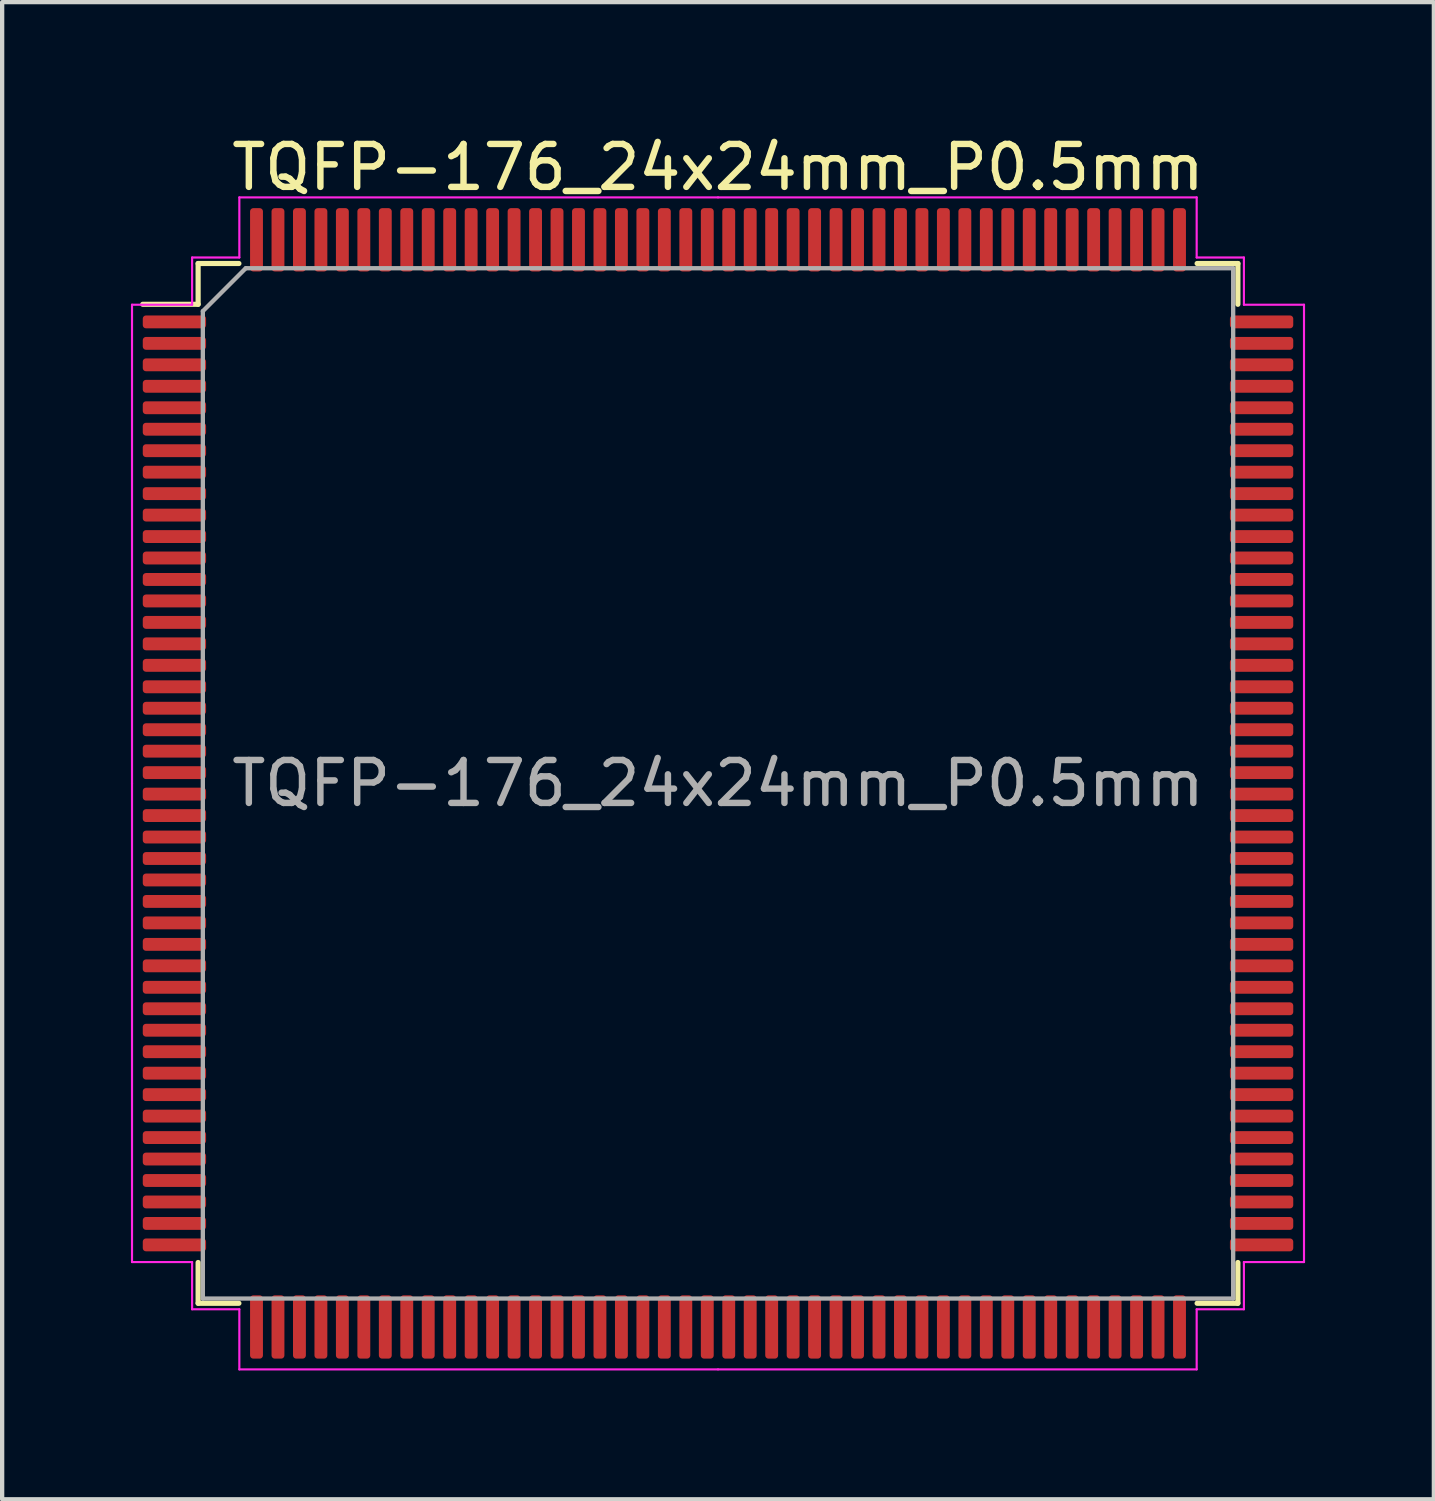
<source format=kicad_pcb>
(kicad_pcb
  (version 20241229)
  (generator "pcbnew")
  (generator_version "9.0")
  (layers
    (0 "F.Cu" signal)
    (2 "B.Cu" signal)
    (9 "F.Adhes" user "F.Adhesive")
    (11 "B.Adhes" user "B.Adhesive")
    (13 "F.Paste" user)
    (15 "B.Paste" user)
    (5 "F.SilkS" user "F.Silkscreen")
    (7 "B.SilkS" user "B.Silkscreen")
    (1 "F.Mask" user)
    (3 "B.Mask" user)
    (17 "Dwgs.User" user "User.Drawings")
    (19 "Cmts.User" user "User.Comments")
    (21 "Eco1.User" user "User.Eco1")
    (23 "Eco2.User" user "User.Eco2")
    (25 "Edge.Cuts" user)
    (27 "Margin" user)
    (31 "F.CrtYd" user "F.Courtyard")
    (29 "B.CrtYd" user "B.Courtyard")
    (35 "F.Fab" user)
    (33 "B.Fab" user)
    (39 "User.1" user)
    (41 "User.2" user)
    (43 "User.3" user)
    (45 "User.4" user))
  (footprint "TQFP-176_24x24mm_P0.5mm"
    (layer "F.Cu")
    (at 13.675 15.198)
    (property "Reference" "TQFP-176_24x24mm_P0.5mm" (at 0 -14.35 0) (layer "F.SilkS") (effects (font (size 1 1) (thickness 0.15))))
    (attr smd)
    (fp_line (start -12.11 -12.11) (end -12.11 -11.16) (stroke (width 0.12) (type solid)) (layer "F.SilkS"))
    (fp_line (start -12.11 -11.16) (end -13.4 -11.16) (stroke (width 0.12) (type solid)) (layer "F.SilkS"))
    (fp_line (start -12.11 12.11) (end -12.11 11.16) (stroke (width 0.12) (type solid)) (layer "F.SilkS"))
    (fp_line (start -11.16 -12.11) (end -12.11 -12.11) (stroke (width 0.12) (type solid)) (layer "F.SilkS"))
    (fp_line (start -11.16 12.11) (end -12.11 12.11) (stroke (width 0.12) (type solid)) (layer "F.SilkS"))
    (fp_line (start 11.16 -12.11) (end 12.11 -12.11) (stroke (width 0.12) (type solid)) (layer "F.SilkS"))
    (fp_line (start 11.16 12.11) (end 12.11 12.11) (stroke (width 0.12) (type solid)) (layer "F.SilkS"))
    (fp_line (start 12.11 -12.11) (end 12.11 -11.16) (stroke (width 0.12) (type solid)) (layer "F.SilkS"))
    (fp_line (start 12.11 12.11) (end 12.11 11.16) (stroke (width 0.12) (type solid)) (layer "F.SilkS"))
    (fp_line (start -13.65 -11.15) (end -13.65 0) (stroke (width 0.05) (type solid)) (layer "F.CrtYd"))
    (fp_line (start -13.65 11.15) (end -13.65 0) (stroke (width 0.05) (type solid)) (layer "F.CrtYd"))
    (fp_line (start -12.25 -12.25) (end -12.25 -11.15) (stroke (width 0.05) (type solid)) (layer "F.CrtYd"))
    (fp_line (start -12.25 -11.15) (end -13.65 -11.15) (stroke (width 0.05) (type solid)) (layer "F.CrtYd"))
    (fp_line (start -12.25 11.15) (end -13.65 11.15) (stroke (width 0.05) (type solid)) (layer "F.CrtYd"))
    (fp_line (start -12.25 12.25) (end -12.25 11.15) (stroke (width 0.05) (type solid)) (layer "F.CrtYd"))
    (fp_line (start -11.15 -13.65) (end -11.15 -12.25) (stroke (width 0.05) (type solid)) (layer "F.CrtYd"))
    (fp_line (start -11.15 -12.25) (end -12.25 -12.25) (stroke (width 0.05) (type solid)) (layer "F.CrtYd"))
    (fp_line (start -11.15 12.25) (end -12.25 12.25) (stroke (width 0.05) (type solid)) (layer "F.CrtYd"))
    (fp_line (start -11.15 13.65) (end -11.15 12.25) (stroke (width 0.05) (type solid)) (layer "F.CrtYd"))
    (fp_line (start 0 -13.65) (end -11.15 -13.65) (stroke (width 0.05) (type solid)) (layer "F.CrtYd"))
    (fp_line (start 0 -13.65) (end 11.15 -13.65) (stroke (width 0.05) (type solid)) (layer "F.CrtYd"))
    (fp_line (start 0 13.65) (end -11.15 13.65) (stroke (width 0.05) (type solid)) (layer "F.CrtYd"))
    (fp_line (start 0 13.65) (end 11.15 13.65) (stroke (width 0.05) (type solid)) (layer "F.CrtYd"))
    (fp_line (start 11.15 -13.65) (end 11.15 -12.25) (stroke (width 0.05) (type solid)) (layer "F.CrtYd"))
    (fp_line (start 11.15 -12.25) (end 12.25 -12.25) (stroke (width 0.05) (type solid)) (layer "F.CrtYd"))
    (fp_line (start 11.15 12.25) (end 12.25 12.25) (stroke (width 0.05) (type solid)) (layer "F.CrtYd"))
    (fp_line (start 11.15 13.65) (end 11.15 12.25) (stroke (width 0.05) (type solid)) (layer "F.CrtYd"))
    (fp_line (start 12.25 -12.25) (end 12.25 -11.15) (stroke (width 0.05) (type solid)) (layer "F.CrtYd"))
    (fp_line (start 12.25 -11.15) (end 13.65 -11.15) (stroke (width 0.05) (type solid)) (layer "F.CrtYd"))
    (fp_line (start 12.25 11.15) (end 13.65 11.15) (stroke (width 0.05) (type solid)) (layer "F.CrtYd"))
    (fp_line (start 12.25 12.25) (end 12.25 11.15) (stroke (width 0.05) (type solid)) (layer "F.CrtYd"))
    (fp_line (start 13.65 -11.15) (end 13.65 0) (stroke (width 0.05) (type solid)) (layer "F.CrtYd"))
    (fp_line (start 13.65 11.15) (end 13.65 0) (stroke (width 0.05) (type solid)) (layer "F.CrtYd"))
    (fp_line (start -12 -11) (end -11 -12) (stroke (width 0.1) (type solid)) (layer "F.Fab"))
    (fp_line (start -12 12) (end -12 -11) (stroke (width 0.1) (type solid)) (layer "F.Fab"))
    (fp_line (start -11 -12) (end 12 -12) (stroke (width 0.1) (type solid)) (layer "F.Fab"))
    (fp_line (start 12 -12) (end 12 12) (stroke (width 0.1) (type solid)) (layer "F.Fab"))
    (fp_line (start 12 12) (end -12 12) (stroke (width 0.1) (type solid)) (layer "F.Fab"))
    (fp_text user "${REFERENCE}" (at 0 0 0) (layer "F.Fab") (effects (font (size 1 1) (thickness 0.15))))
    (pad "1" smd roundrect (at -12.662 -10.75) (size 1.475 0.3) (layers "F.Cu" "F.Mask" "F.Paste") (roundrect_rratio 0.25))
    (pad "2" smd roundrect (at -12.662 -10.25) (size 1.475 0.3) (layers "F.Cu" "F.Mask" "F.Paste") (roundrect_rratio 0.25))
    (pad "3" smd roundrect (at -12.662 -9.75) (size 1.475 0.3) (layers "F.Cu" "F.Mask" "F.Paste") (roundrect_rratio 0.25))
    (pad "4" smd roundrect (at -12.662 -9.25) (size 1.475 0.3) (layers "F.Cu" "F.Mask" "F.Paste") (roundrect_rratio 0.25))
    (pad "5" smd roundrect (at -12.662 -8.75) (size 1.475 0.3) (layers "F.Cu" "F.Mask" "F.Paste") (roundrect_rratio 0.25))
    (pad "6" smd roundrect (at -12.662 -8.25) (size 1.475 0.3) (layers "F.Cu" "F.Mask" "F.Paste") (roundrect_rratio 0.25))
    (pad "7" smd roundrect (at -12.662 -7.75) (size 1.475 0.3) (layers "F.Cu" "F.Mask" "F.Paste") (roundrect_rratio 0.25))
    (pad "8" smd roundrect (at -12.662 -7.25) (size 1.475 0.3) (layers "F.Cu" "F.Mask" "F.Paste") (roundrect_rratio 0.25))
    (pad "9" smd roundrect (at -12.662 -6.75) (size 1.475 0.3) (layers "F.Cu" "F.Mask" "F.Paste") (roundrect_rratio 0.25))
    (pad "10" smd roundrect (at -12.662 -6.25) (size 1.475 0.3) (layers "F.Cu" "F.Mask" "F.Paste") (roundrect_rratio 0.25))
    (pad "11" smd roundrect (at -12.662 -5.75) (size 1.475 0.3) (layers "F.Cu" "F.Mask" "F.Paste") (roundrect_rratio 0.25))
    (pad "12" smd roundrect (at -12.662 -5.25) (size 1.475 0.3) (layers "F.Cu" "F.Mask" "F.Paste") (roundrect_rratio 0.25))
    (pad "13" smd roundrect (at -12.662 -4.75) (size 1.475 0.3) (layers "F.Cu" "F.Mask" "F.Paste") (roundrect_rratio 0.25))
    (pad "14" smd roundrect (at -12.662 -4.25) (size 1.475 0.3) (layers "F.Cu" "F.Mask" "F.Paste") (roundrect_rratio 0.25))
    (pad "15" smd roundrect (at -12.662 -3.75) (size 1.475 0.3) (layers "F.Cu" "F.Mask" "F.Paste") (roundrect_rratio 0.25))
    (pad "16" smd roundrect (at -12.662 -3.25) (size 1.475 0.3) (layers "F.Cu" "F.Mask" "F.Paste") (roundrect_rratio 0.25))
    (pad "17" smd roundrect (at -12.662 -2.75) (size 1.475 0.3) (layers "F.Cu" "F.Mask" "F.Paste") (roundrect_rratio 0.25))
    (pad "18" smd roundrect (at -12.662 -2.25) (size 1.475 0.3) (layers "F.Cu" "F.Mask" "F.Paste") (roundrect_rratio 0.25))
    (pad "19" smd roundrect (at -12.662 -1.75) (size 1.475 0.3) (layers "F.Cu" "F.Mask" "F.Paste") (roundrect_rratio 0.25))
    (pad "20" smd roundrect (at -12.662 -1.25) (size 1.475 0.3) (layers "F.Cu" "F.Mask" "F.Paste") (roundrect_rratio 0.25))
    (pad "21" smd roundrect (at -12.662 -0.75) (size 1.475 0.3) (layers "F.Cu" "F.Mask" "F.Paste") (roundrect_rratio 0.25))
    (pad "22" smd roundrect (at -12.662 -0.25) (size 1.475 0.3) (layers "F.Cu" "F.Mask" "F.Paste") (roundrect_rratio 0.25))
    (pad "23" smd roundrect (at -12.662 0.25) (size 1.475 0.3) (layers "F.Cu" "F.Mask" "F.Paste") (roundrect_rratio 0.25))
    (pad "24" smd roundrect (at -12.662 0.75) (size 1.475 0.3) (layers "F.Cu" "F.Mask" "F.Paste") (roundrect_rratio 0.25))
    (pad "25" smd roundrect (at -12.662 1.25) (size 1.475 0.3) (layers "F.Cu" "F.Mask" "F.Paste") (roundrect_rratio 0.25))
    (pad "26" smd roundrect (at -12.662 1.75) (size 1.475 0.3) (layers "F.Cu" "F.Mask" "F.Paste") (roundrect_rratio 0.25))
    (pad "27" smd roundrect (at -12.662 2.25) (size 1.475 0.3) (layers "F.Cu" "F.Mask" "F.Paste") (roundrect_rratio 0.25))
    (pad "28" smd roundrect (at -12.662 2.75) (size 1.475 0.3) (layers "F.Cu" "F.Mask" "F.Paste") (roundrect_rratio 0.25))
    (pad "29" smd roundrect (at -12.662 3.25) (size 1.475 0.3) (layers "F.Cu" "F.Mask" "F.Paste") (roundrect_rratio 0.25))
    (pad "30" smd roundrect (at -12.662 3.75) (size 1.475 0.3) (layers "F.Cu" "F.Mask" "F.Paste") (roundrect_rratio 0.25))
    (pad "31" smd roundrect (at -12.662 4.25) (size 1.475 0.3) (layers "F.Cu" "F.Mask" "F.Paste") (roundrect_rratio 0.25))
    (pad "32" smd roundrect (at -12.662 4.75) (size 1.475 0.3) (layers "F.Cu" "F.Mask" "F.Paste") (roundrect_rratio 0.25))
    (pad "33" smd roundrect (at -12.662 5.25) (size 1.475 0.3) (layers "F.Cu" "F.Mask" "F.Paste") (roundrect_rratio 0.25))
    (pad "34" smd roundrect (at -12.662 5.75) (size 1.475 0.3) (layers "F.Cu" "F.Mask" "F.Paste") (roundrect_rratio 0.25))
    (pad "35" smd roundrect (at -12.662 6.25) (size 1.475 0.3) (layers "F.Cu" "F.Mask" "F.Paste") (roundrect_rratio 0.25))
    (pad "36" smd roundrect (at -12.662 6.75) (size 1.475 0.3) (layers "F.Cu" "F.Mask" "F.Paste") (roundrect_rratio 0.25))
    (pad "37" smd roundrect (at -12.662 7.25) (size 1.475 0.3) (layers "F.Cu" "F.Mask" "F.Paste") (roundrect_rratio 0.25))
    (pad "38" smd roundrect (at -12.662 7.75) (size 1.475 0.3) (layers "F.Cu" "F.Mask" "F.Paste") (roundrect_rratio 0.25))
    (pad "39" smd roundrect (at -12.662 8.25) (size 1.475 0.3) (layers "F.Cu" "F.Mask" "F.Paste") (roundrect_rratio 0.25))
    (pad "40" smd roundrect (at -12.662 8.75) (size 1.475 0.3) (layers "F.Cu" "F.Mask" "F.Paste") (roundrect_rratio 0.25))
    (pad "41" smd roundrect (at -12.662 9.25) (size 1.475 0.3) (layers "F.Cu" "F.Mask" "F.Paste") (roundrect_rratio 0.25))
    (pad "42" smd roundrect (at -12.662 9.75) (size 1.475 0.3) (layers "F.Cu" "F.Mask" "F.Paste") (roundrect_rratio 0.25))
    (pad "43" smd roundrect (at -12.662 10.25) (size 1.475 0.3) (layers "F.Cu" "F.Mask" "F.Paste") (roundrect_rratio 0.25))
    (pad "44" smd roundrect (at -12.662 10.75) (size 1.475 0.3) (layers "F.Cu" "F.Mask" "F.Paste") (roundrect_rratio 0.25))
    (pad "45" smd roundrect (at -10.75 12.662) (size 0.3 1.475) (layers "F.Cu" "F.Mask" "F.Paste") (roundrect_rratio 0.25))
    (pad "46" smd roundrect (at -10.25 12.662) (size 0.3 1.475) (layers "F.Cu" "F.Mask" "F.Paste") (roundrect_rratio 0.25))
    (pad "47" smd roundrect (at -9.75 12.662) (size 0.3 1.475) (layers "F.Cu" "F.Mask" "F.Paste") (roundrect_rratio 0.25))
    (pad "48" smd roundrect (at -9.25 12.662) (size 0.3 1.475) (layers "F.Cu" "F.Mask" "F.Paste") (roundrect_rratio 0.25))
    (pad "49" smd roundrect (at -8.75 12.662) (size 0.3 1.475) (layers "F.Cu" "F.Mask" "F.Paste") (roundrect_rratio 0.25))
    (pad "50" smd roundrect (at -8.25 12.662) (size 0.3 1.475) (layers "F.Cu" "F.Mask" "F.Paste") (roundrect_rratio 0.25))
    (pad "51" smd roundrect (at -7.75 12.662) (size 0.3 1.475) (layers "F.Cu" "F.Mask" "F.Paste") (roundrect_rratio 0.25))
    (pad "52" smd roundrect (at -7.25 12.662) (size 0.3 1.475) (layers "F.Cu" "F.Mask" "F.Paste") (roundrect_rratio 0.25))
    (pad "53" smd roundrect (at -6.75 12.662) (size 0.3 1.475) (layers "F.Cu" "F.Mask" "F.Paste") (roundrect_rratio 0.25))
    (pad "54" smd roundrect (at -6.25 12.662) (size 0.3 1.475) (layers "F.Cu" "F.Mask" "F.Paste") (roundrect_rratio 0.25))
    (pad "55" smd roundrect (at -5.75 12.662) (size 0.3 1.475) (layers "F.Cu" "F.Mask" "F.Paste") (roundrect_rratio 0.25))
    (pad "56" smd roundrect (at -5.25 12.662) (size 0.3 1.475) (layers "F.Cu" "F.Mask" "F.Paste") (roundrect_rratio 0.25))
    (pad "57" smd roundrect (at -4.75 12.662) (size 0.3 1.475) (layers "F.Cu" "F.Mask" "F.Paste") (roundrect_rratio 0.25))
    (pad "58" smd roundrect (at -4.25 12.662) (size 0.3 1.475) (layers "F.Cu" "F.Mask" "F.Paste") (roundrect_rratio 0.25))
    (pad "59" smd roundrect (at -3.75 12.662) (size 0.3 1.475) (layers "F.Cu" "F.Mask" "F.Paste") (roundrect_rratio 0.25))
    (pad "60" smd roundrect (at -3.25 12.662) (size 0.3 1.475) (layers "F.Cu" "F.Mask" "F.Paste") (roundrect_rratio 0.25))
    (pad "61" smd roundrect (at -2.75 12.662) (size 0.3 1.475) (layers "F.Cu" "F.Mask" "F.Paste") (roundrect_rratio 0.25))
    (pad "62" smd roundrect (at -2.25 12.662) (size 0.3 1.475) (layers "F.Cu" "F.Mask" "F.Paste") (roundrect_rratio 0.25))
    (pad "63" smd roundrect (at -1.75 12.662) (size 0.3 1.475) (layers "F.Cu" "F.Mask" "F.Paste") (roundrect_rratio 0.25))
    (pad "64" smd roundrect (at -1.25 12.662) (size 0.3 1.475) (layers "F.Cu" "F.Mask" "F.Paste") (roundrect_rratio 0.25))
    (pad "65" smd roundrect (at -0.75 12.662) (size 0.3 1.475) (layers "F.Cu" "F.Mask" "F.Paste") (roundrect_rratio 0.25))
    (pad "66" smd roundrect (at -0.25 12.662) (size 0.3 1.475) (layers "F.Cu" "F.Mask" "F.Paste") (roundrect_rratio 0.25))
    (pad "67" smd roundrect (at 0.25 12.662) (size 0.3 1.475) (layers "F.Cu" "F.Mask" "F.Paste") (roundrect_rratio 0.25))
    (pad "68" smd roundrect (at 0.75 12.662) (size 0.3 1.475) (layers "F.Cu" "F.Mask" "F.Paste") (roundrect_rratio 0.25))
    (pad "69" smd roundrect (at 1.25 12.662) (size 0.3 1.475) (layers "F.Cu" "F.Mask" "F.Paste") (roundrect_rratio 0.25))
    (pad "70" smd roundrect (at 1.75 12.662) (size 0.3 1.475) (layers "F.Cu" "F.Mask" "F.Paste") (roundrect_rratio 0.25))
    (pad "71" smd roundrect (at 2.25 12.662) (size 0.3 1.475) (layers "F.Cu" "F.Mask" "F.Paste") (roundrect_rratio 0.25))
    (pad "72" smd roundrect (at 2.75 12.662) (size 0.3 1.475) (layers "F.Cu" "F.Mask" "F.Paste") (roundrect_rratio 0.25))
    (pad "73" smd roundrect (at 3.25 12.662) (size 0.3 1.475) (layers "F.Cu" "F.Mask" "F.Paste") (roundrect_rratio 0.25))
    (pad "74" smd roundrect (at 3.75 12.662) (size 0.3 1.475) (layers "F.Cu" "F.Mask" "F.Paste") (roundrect_rratio 0.25))
    (pad "75" smd roundrect (at 4.25 12.662) (size 0.3 1.475) (layers "F.Cu" "F.Mask" "F.Paste") (roundrect_rratio 0.25))
    (pad "76" smd roundrect (at 4.75 12.662) (size 0.3 1.475) (layers "F.Cu" "F.Mask" "F.Paste") (roundrect_rratio 0.25))
    (pad "77" smd roundrect (at 5.25 12.662) (size 0.3 1.475) (layers "F.Cu" "F.Mask" "F.Paste") (roundrect_rratio 0.25))
    (pad "78" smd roundrect (at 5.75 12.662) (size 0.3 1.475) (layers "F.Cu" "F.Mask" "F.Paste") (roundrect_rratio 0.25))
    (pad "79" smd roundrect (at 6.25 12.662) (size 0.3 1.475) (layers "F.Cu" "F.Mask" "F.Paste") (roundrect_rratio 0.25))
    (pad "80" smd roundrect (at 6.75 12.662) (size 0.3 1.475) (layers "F.Cu" "F.Mask" "F.Paste") (roundrect_rratio 0.25))
    (pad "81" smd roundrect (at 7.25 12.662) (size 0.3 1.475) (layers "F.Cu" "F.Mask" "F.Paste") (roundrect_rratio 0.25))
    (pad "82" smd roundrect (at 7.75 12.662) (size 0.3 1.475) (layers "F.Cu" "F.Mask" "F.Paste") (roundrect_rratio 0.25))
    (pad "83" smd roundrect (at 8.25 12.662) (size 0.3 1.475) (layers "F.Cu" "F.Mask" "F.Paste") (roundrect_rratio 0.25))
    (pad "84" smd roundrect (at 8.75 12.662) (size 0.3 1.475) (layers "F.Cu" "F.Mask" "F.Paste") (roundrect_rratio 0.25))
    (pad "85" smd roundrect (at 9.25 12.662) (size 0.3 1.475) (layers "F.Cu" "F.Mask" "F.Paste") (roundrect_rratio 0.25))
    (pad "86" smd roundrect (at 9.75 12.662) (size 0.3 1.475) (layers "F.Cu" "F.Mask" "F.Paste") (roundrect_rratio 0.25))
    (pad "87" smd roundrect (at 10.25 12.662) (size 0.3 1.475) (layers "F.Cu" "F.Mask" "F.Paste") (roundrect_rratio 0.25))
    (pad "88" smd roundrect (at 10.75 12.662) (size 0.3 1.475) (layers "F.Cu" "F.Mask" "F.Paste") (roundrect_rratio 0.25))
    (pad "89" smd roundrect (at 12.662 10.75) (size 1.475 0.3) (layers "F.Cu" "F.Mask" "F.Paste") (roundrect_rratio 0.25))
    (pad "90" smd roundrect (at 12.662 10.25) (size 1.475 0.3) (layers "F.Cu" "F.Mask" "F.Paste") (roundrect_rratio 0.25))
    (pad "91" smd roundrect (at 12.662 9.75) (size 1.475 0.3) (layers "F.Cu" "F.Mask" "F.Paste") (roundrect_rratio 0.25))
    (pad "92" smd roundrect (at 12.662 9.25) (size 1.475 0.3) (layers "F.Cu" "F.Mask" "F.Paste") (roundrect_rratio 0.25))
    (pad "93" smd roundrect (at 12.662 8.75) (size 1.475 0.3) (layers "F.Cu" "F.Mask" "F.Paste") (roundrect_rratio 0.25))
    (pad "94" smd roundrect (at 12.662 8.25) (size 1.475 0.3) (layers "F.Cu" "F.Mask" "F.Paste") (roundrect_rratio 0.25))
    (pad "95" smd roundrect (at 12.662 7.75) (size 1.475 0.3) (layers "F.Cu" "F.Mask" "F.Paste") (roundrect_rratio 0.25))
    (pad "96" smd roundrect (at 12.662 7.25) (size 1.475 0.3) (layers "F.Cu" "F.Mask" "F.Paste") (roundrect_rratio 0.25))
    (pad "97" smd roundrect (at 12.662 6.75) (size 1.475 0.3) (layers "F.Cu" "F.Mask" "F.Paste") (roundrect_rratio 0.25))
    (pad "98" smd roundrect (at 12.662 6.25) (size 1.475 0.3) (layers "F.Cu" "F.Mask" "F.Paste") (roundrect_rratio 0.25))
    (pad "99" smd roundrect (at 12.662 5.75) (size 1.475 0.3) (layers "F.Cu" "F.Mask" "F.Paste") (roundrect_rratio 0.25))
    (pad "100" smd roundrect (at 12.662 5.25) (size 1.475 0.3) (layers "F.Cu" "F.Mask" "F.Paste") (roundrect_rratio 0.25))
    (pad "101" smd roundrect (at 12.662 4.75) (size 1.475 0.3) (layers "F.Cu" "F.Mask" "F.Paste") (roundrect_rratio 0.25))
    (pad "102" smd roundrect (at 12.662 4.25) (size 1.475 0.3) (layers "F.Cu" "F.Mask" "F.Paste") (roundrect_rratio 0.25))
    (pad "103" smd roundrect (at 12.662 3.75) (size 1.475 0.3) (layers "F.Cu" "F.Mask" "F.Paste") (roundrect_rratio 0.25))
    (pad "104" smd roundrect (at 12.662 3.25) (size 1.475 0.3) (layers "F.Cu" "F.Mask" "F.Paste") (roundrect_rratio 0.25))
    (pad "105" smd roundrect (at 12.662 2.75) (size 1.475 0.3) (layers "F.Cu" "F.Mask" "F.Paste") (roundrect_rratio 0.25))
    (pad "106" smd roundrect (at 12.662 2.25) (size 1.475 0.3) (layers "F.Cu" "F.Mask" "F.Paste") (roundrect_rratio 0.25))
    (pad "107" smd roundrect (at 12.662 1.75) (size 1.475 0.3) (layers "F.Cu" "F.Mask" "F.Paste") (roundrect_rratio 0.25))
    (pad "108" smd roundrect (at 12.662 1.25) (size 1.475 0.3) (layers "F.Cu" "F.Mask" "F.Paste") (roundrect_rratio 0.25))
    (pad "109" smd roundrect (at 12.662 0.75) (size 1.475 0.3) (layers "F.Cu" "F.Mask" "F.Paste") (roundrect_rratio 0.25))
    (pad "110" smd roundrect (at 12.662 0.25) (size 1.475 0.3) (layers "F.Cu" "F.Mask" "F.Paste") (roundrect_rratio 0.25))
    (pad "111" smd roundrect (at 12.662 -0.25) (size 1.475 0.3) (layers "F.Cu" "F.Mask" "F.Paste") (roundrect_rratio 0.25))
    (pad "112" smd roundrect (at 12.662 -0.75) (size 1.475 0.3) (layers "F.Cu" "F.Mask" "F.Paste") (roundrect_rratio 0.25))
    (pad "113" smd roundrect (at 12.662 -1.25) (size 1.475 0.3) (layers "F.Cu" "F.Mask" "F.Paste") (roundrect_rratio 0.25))
    (pad "114" smd roundrect (at 12.662 -1.75) (size 1.475 0.3) (layers "F.Cu" "F.Mask" "F.Paste") (roundrect_rratio 0.25))
    (pad "115" smd roundrect (at 12.662 -2.25) (size 1.475 0.3) (layers "F.Cu" "F.Mask" "F.Paste") (roundrect_rratio 0.25))
    (pad "116" smd roundrect (at 12.662 -2.75) (size 1.475 0.3) (layers "F.Cu" "F.Mask" "F.Paste") (roundrect_rratio 0.25))
    (pad "117" smd roundrect (at 12.662 -3.25) (size 1.475 0.3) (layers "F.Cu" "F.Mask" "F.Paste") (roundrect_rratio 0.25))
    (pad "118" smd roundrect (at 12.662 -3.75) (size 1.475 0.3) (layers "F.Cu" "F.Mask" "F.Paste") (roundrect_rratio 0.25))
    (pad "119" smd roundrect (at 12.662 -4.25) (size 1.475 0.3) (layers "F.Cu" "F.Mask" "F.Paste") (roundrect_rratio 0.25))
    (pad "120" smd roundrect (at 12.662 -4.75) (size 1.475 0.3) (layers "F.Cu" "F.Mask" "F.Paste") (roundrect_rratio 0.25))
    (pad "121" smd roundrect (at 12.662 -5.25) (size 1.475 0.3) (layers "F.Cu" "F.Mask" "F.Paste") (roundrect_rratio 0.25))
    (pad "122" smd roundrect (at 12.662 -5.75) (size 1.475 0.3) (layers "F.Cu" "F.Mask" "F.Paste") (roundrect_rratio 0.25))
    (pad "123" smd roundrect (at 12.662 -6.25) (size 1.475 0.3) (layers "F.Cu" "F.Mask" "F.Paste") (roundrect_rratio 0.25))
    (pad "124" smd roundrect (at 12.662 -6.75) (size 1.475 0.3) (layers "F.Cu" "F.Mask" "F.Paste") (roundrect_rratio 0.25))
    (pad "125" smd roundrect (at 12.662 -7.25) (size 1.475 0.3) (layers "F.Cu" "F.Mask" "F.Paste") (roundrect_rratio 0.25))
    (pad "126" smd roundrect (at 12.662 -7.75) (size 1.475 0.3) (layers "F.Cu" "F.Mask" "F.Paste") (roundrect_rratio 0.25))
    (pad "127" smd roundrect (at 12.662 -8.25) (size 1.475 0.3) (layers "F.Cu" "F.Mask" "F.Paste") (roundrect_rratio 0.25))
    (pad "128" smd roundrect (at 12.662 -8.75) (size 1.475 0.3) (layers "F.Cu" "F.Mask" "F.Paste") (roundrect_rratio 0.25))
    (pad "129" smd roundrect (at 12.662 -9.25) (size 1.475 0.3) (layers "F.Cu" "F.Mask" "F.Paste") (roundrect_rratio 0.25))
    (pad "130" smd roundrect (at 12.662 -9.75) (size 1.475 0.3) (layers "F.Cu" "F.Mask" "F.Paste") (roundrect_rratio 0.25))
    (pad "131" smd roundrect (at 12.662 -10.25) (size 1.475 0.3) (layers "F.Cu" "F.Mask" "F.Paste") (roundrect_rratio 0.25))
    (pad "132" smd roundrect (at 12.662 -10.75) (size 1.475 0.3) (layers "F.Cu" "F.Mask" "F.Paste") (roundrect_rratio 0.25))
    (pad "133" smd roundrect (at 10.75 -12.662) (size 0.3 1.475) (layers "F.Cu" "F.Mask" "F.Paste") (roundrect_rratio 0.25))
    (pad "134" smd roundrect (at 10.25 -12.662) (size 0.3 1.475) (layers "F.Cu" "F.Mask" "F.Paste") (roundrect_rratio 0.25))
    (pad "135" smd roundrect (at 9.75 -12.662) (size 0.3 1.475) (layers "F.Cu" "F.Mask" "F.Paste") (roundrect_rratio 0.25))
    (pad "136" smd roundrect (at 9.25 -12.662) (size 0.3 1.475) (layers "F.Cu" "F.Mask" "F.Paste") (roundrect_rratio 0.25))
    (pad "137" smd roundrect (at 8.75 -12.662) (size 0.3 1.475) (layers "F.Cu" "F.Mask" "F.Paste") (roundrect_rratio 0.25))
    (pad "138" smd roundrect (at 8.25 -12.662) (size 0.3 1.475) (layers "F.Cu" "F.Mask" "F.Paste") (roundrect_rratio 0.25))
    (pad "139" smd roundrect (at 7.75 -12.662) (size 0.3 1.475) (layers "F.Cu" "F.Mask" "F.Paste") (roundrect_rratio 0.25))
    (pad "140" smd roundrect (at 7.25 -12.662) (size 0.3 1.475) (layers "F.Cu" "F.Mask" "F.Paste") (roundrect_rratio 0.25))
    (pad "141" smd roundrect (at 6.75 -12.662) (size 0.3 1.475) (layers "F.Cu" "F.Mask" "F.Paste") (roundrect_rratio 0.25))
    (pad "142" smd roundrect (at 6.25 -12.662) (size 0.3 1.475) (layers "F.Cu" "F.Mask" "F.Paste") (roundrect_rratio 0.25))
    (pad "143" smd roundrect (at 5.75 -12.662) (size 0.3 1.475) (layers "F.Cu" "F.Mask" "F.Paste") (roundrect_rratio 0.25))
    (pad "144" smd roundrect (at 5.25 -12.662) (size 0.3 1.475) (layers "F.Cu" "F.Mask" "F.Paste") (roundrect_rratio 0.25))
    (pad "145" smd roundrect (at 4.75 -12.662) (size 0.3 1.475) (layers "F.Cu" "F.Mask" "F.Paste") (roundrect_rratio 0.25))
    (pad "146" smd roundrect (at 4.25 -12.662) (size 0.3 1.475) (layers "F.Cu" "F.Mask" "F.Paste") (roundrect_rratio 0.25))
    (pad "147" smd roundrect (at 3.75 -12.662) (size 0.3 1.475) (layers "F.Cu" "F.Mask" "F.Paste") (roundrect_rratio 0.25))
    (pad "148" smd roundrect (at 3.25 -12.662) (size 0.3 1.475) (layers "F.Cu" "F.Mask" "F.Paste") (roundrect_rratio 0.25))
    (pad "149" smd roundrect (at 2.75 -12.662) (size 0.3 1.475) (layers "F.Cu" "F.Mask" "F.Paste") (roundrect_rratio 0.25))
    (pad "150" smd roundrect (at 2.25 -12.662) (size 0.3 1.475) (layers "F.Cu" "F.Mask" "F.Paste") (roundrect_rratio 0.25))
    (pad "151" smd roundrect (at 1.75 -12.662) (size 0.3 1.475) (layers "F.Cu" "F.Mask" "F.Paste") (roundrect_rratio 0.25))
    (pad "152" smd roundrect (at 1.25 -12.662) (size 0.3 1.475) (layers "F.Cu" "F.Mask" "F.Paste") (roundrect_rratio 0.25))
    (pad "153" smd roundrect (at 0.75 -12.662) (size 0.3 1.475) (layers "F.Cu" "F.Mask" "F.Paste") (roundrect_rratio 0.25))
    (pad "154" smd roundrect (at 0.25 -12.662) (size 0.3 1.475) (layers "F.Cu" "F.Mask" "F.Paste") (roundrect_rratio 0.25))
    (pad "155" smd roundrect (at -0.25 -12.662) (size 0.3 1.475) (layers "F.Cu" "F.Mask" "F.Paste") (roundrect_rratio 0.25))
    (pad "156" smd roundrect (at -0.75 -12.662) (size 0.3 1.475) (layers "F.Cu" "F.Mask" "F.Paste") (roundrect_rratio 0.25))
    (pad "157" smd roundrect (at -1.25 -12.662) (size 0.3 1.475) (layers "F.Cu" "F.Mask" "F.Paste") (roundrect_rratio 0.25))
    (pad "158" smd roundrect (at -1.75 -12.662) (size 0.3 1.475) (layers "F.Cu" "F.Mask" "F.Paste") (roundrect_rratio 0.25))
    (pad "159" smd roundrect (at -2.25 -12.662) (size 0.3 1.475) (layers "F.Cu" "F.Mask" "F.Paste") (roundrect_rratio 0.25))
    (pad "160" smd roundrect (at -2.75 -12.662) (size 0.3 1.475) (layers "F.Cu" "F.Mask" "F.Paste") (roundrect_rratio 0.25))
    (pad "161" smd roundrect (at -3.25 -12.662) (size 0.3 1.475) (layers "F.Cu" "F.Mask" "F.Paste") (roundrect_rratio 0.25))
    (pad "162" smd roundrect (at -3.75 -12.662) (size 0.3 1.475) (layers "F.Cu" "F.Mask" "F.Paste") (roundrect_rratio 0.25))
    (pad "163" smd roundrect (at -4.25 -12.662) (size 0.3 1.475) (layers "F.Cu" "F.Mask" "F.Paste") (roundrect_rratio 0.25))
    (pad "164" smd roundrect (at -4.75 -12.662) (size 0.3 1.475) (layers "F.Cu" "F.Mask" "F.Paste") (roundrect_rratio 0.25))
    (pad "165" smd roundrect (at -5.25 -12.662) (size 0.3 1.475) (layers "F.Cu" "F.Mask" "F.Paste") (roundrect_rratio 0.25))
    (pad "166" smd roundrect (at -5.75 -12.662) (size 0.3 1.475) (layers "F.Cu" "F.Mask" "F.Paste") (roundrect_rratio 0.25))
    (pad "167" smd roundrect (at -6.25 -12.662) (size 0.3 1.475) (layers "F.Cu" "F.Mask" "F.Paste") (roundrect_rratio 0.25))
    (pad "168" smd roundrect (at -6.75 -12.662) (size 0.3 1.475) (layers "F.Cu" "F.Mask" "F.Paste") (roundrect_rratio 0.25))
    (pad "169" smd roundrect (at -7.25 -12.662) (size 0.3 1.475) (layers "F.Cu" "F.Mask" "F.Paste") (roundrect_rratio 0.25))
    (pad "170" smd roundrect (at -7.75 -12.662) (size 0.3 1.475) (layers "F.Cu" "F.Mask" "F.Paste") (roundrect_rratio 0.25))
    (pad "171" smd roundrect (at -8.25 -12.662) (size 0.3 1.475) (layers "F.Cu" "F.Mask" "F.Paste") (roundrect_rratio 0.25))
    (pad "172" smd roundrect (at -8.75 -12.662) (size 0.3 1.475) (layers "F.Cu" "F.Mask" "F.Paste") (roundrect_rratio 0.25))
    (pad "173" smd roundrect (at -9.25 -12.662) (size 0.3 1.475) (layers "F.Cu" "F.Mask" "F.Paste") (roundrect_rratio 0.25))
    (pad "174" smd roundrect (at -9.75 -12.662) (size 0.3 1.475) (layers "F.Cu" "F.Mask" "F.Paste") (roundrect_rratio 0.25))
    (pad "175" smd roundrect (at -10.25 -12.662) (size 0.3 1.475) (layers "F.Cu" "F.Mask" "F.Paste") (roundrect_rratio 0.25))
    (pad "176" smd roundrect (at -10.75 -12.662) (size 0.3 1.475) (layers "F.Cu" "F.Mask" "F.Paste") (roundrect_rratio 0.25)))
  (gr_rect
    (start -3 -3)
    (end 30.35 31.873)
    (stroke (width 0.1) (type default))
    (fill no)
    (layer "Edge.Cuts")))
</source>
